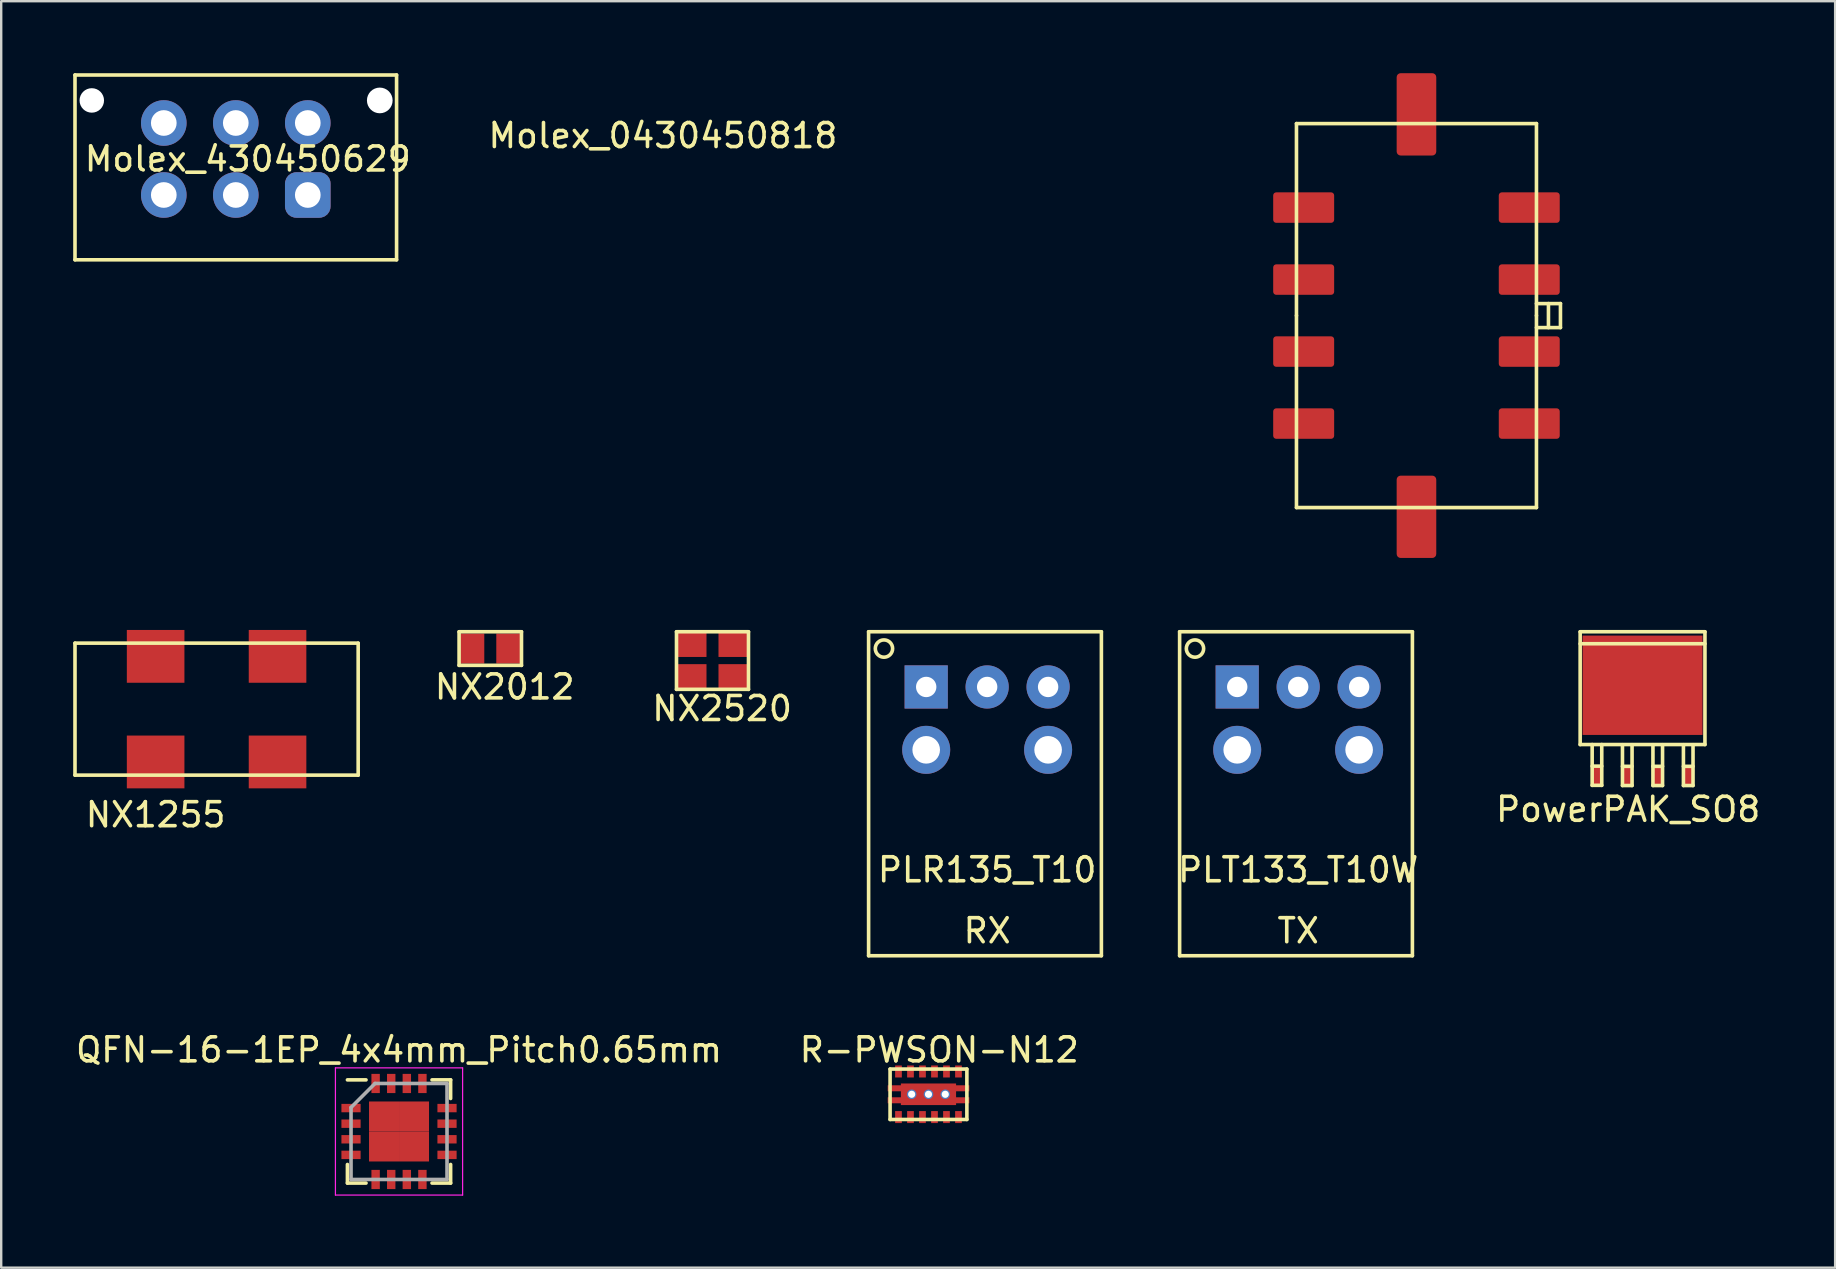
<source format=kicad_pcb>
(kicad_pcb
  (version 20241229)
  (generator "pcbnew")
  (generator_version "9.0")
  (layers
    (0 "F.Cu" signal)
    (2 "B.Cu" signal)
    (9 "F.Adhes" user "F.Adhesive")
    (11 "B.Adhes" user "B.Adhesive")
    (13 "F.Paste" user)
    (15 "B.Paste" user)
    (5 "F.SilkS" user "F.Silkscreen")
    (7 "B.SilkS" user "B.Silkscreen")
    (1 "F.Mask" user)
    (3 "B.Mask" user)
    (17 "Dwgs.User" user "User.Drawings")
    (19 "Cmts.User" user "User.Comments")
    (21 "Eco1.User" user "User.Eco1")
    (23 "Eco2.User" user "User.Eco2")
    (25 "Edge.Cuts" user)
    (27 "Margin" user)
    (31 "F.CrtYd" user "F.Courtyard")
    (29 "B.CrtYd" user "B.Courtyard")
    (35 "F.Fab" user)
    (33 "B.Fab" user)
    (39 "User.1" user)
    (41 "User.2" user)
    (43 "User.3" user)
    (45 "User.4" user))
  (footprint "PLR135_T10"
    (layer "F.Cu")
    (at 38.084 25.575)
    (property "Reference" "PLR135_T10" (at 0 7.62 0) (layer "F.SilkS") (effects (font (size 1 1) (thickness 0.15))))
    (attr smd)
    (fp_line (start -4.94 -2.3) (end -4.94 11.2) (stroke (width 0.15) (type solid)) (layer "F.SilkS"))
    (fp_line (start -4.94 -2.3) (end 4.76 -2.3) (stroke (width 0.15) (type solid)) (layer "F.SilkS"))
    (fp_line (start -4.94 11.2) (end 4.76 11.2) (stroke (width 0.15) (type solid)) (layer "F.SilkS"))
    (fp_line (start 4.76 -2.3) (end 4.76 11.2) (stroke (width 0.15) (type solid)) (layer "F.SilkS"))
    (fp_circle (center -4.3 -1.6) (end -4.1 -1.3) (stroke (width 0.15) (type solid)) (fill no) (layer "F.SilkS"))
    (fp_text user "RX" (at 0 10.16 0) (layer "F.SilkS") (effects (font (size 1 1) (thickness 0.15))))
    (pad "1" thru_hole rect (at -2.54 0) (size 1.8 1.8) (drill 0.85) (layers "*.Cu" "*.Mask"))
    (pad "2" thru_hole circle (at 0 0) (size 1.8 1.8) (drill 0.85) (layers "*.Cu" "*.Mask"))
    (pad "3" thru_hole circle (at 2.54 0) (size 1.8 1.8) (drill 0.85) (layers "*.Cu" "*.Mask"))
    (pad "4" thru_hole circle (at -2.54 2.62) (size 2 2) (drill 1.15) (layers "*.Cu" "*.Mask"))
    (pad "5" thru_hole circle (at 2.54 2.62) (size 2 2) (drill 1.15) (layers "*.Cu" "*.Mask")))
  (footprint "Molex_0430450818"
    (layer "F.Cu")
    (at 55.973 10.1)
    (property "Reference" "Molex_0430450818" (at -31.4 -7.5 0) (layer "F.SilkS") (effects (font (size 1 1) (thickness 0.15))))
    (attr through_hole)
    (fp_line (start -5 -8) (end -5 0) (stroke (width 0.15) (type solid)) (layer "F.SilkS"))
    (fp_line (start -5 0) (end -5 8) (stroke (width 0.15) (type solid)) (layer "F.SilkS"))
    (fp_line (start -5 8) (end 5 8) (stroke (width 0.15) (type solid)) (layer "F.SilkS"))
    (fp_line (start 5 -8) (end -5 -8) (stroke (width 0.15) (type solid)) (layer "F.SilkS"))
    (fp_line (start 5 -0.5) (end 6 -0.5) (stroke (width 0.15) (type solid)) (layer "F.SilkS"))
    (fp_line (start 5 0) (end 5 -8) (stroke (width 0.15) (type solid)) (layer "F.SilkS"))
    (fp_line (start 5 8) (end 5 0) (stroke (width 0.15) (type solid)) (layer "F.SilkS"))
    (fp_line (start 5.5 -0.5) (end 5.5 0.5) (stroke (width 0.15) (type solid)) (layer "F.SilkS"))
    (fp_line (start 6 -0.5) (end 6 0.5) (stroke (width 0.15) (type solid)) (layer "F.SilkS"))
    (fp_line (start 6 0.5) (end 5 0.5) (stroke (width 0.15) (type solid)) (layer "F.SilkS"))
    (pad "1" smd roundrect (at -4.7 4.5) (size 2.54 1.27) (layers "F.Cu" "F.Mask" "F.Paste") (roundrect_rratio 0.1))
    (pad "2" smd roundrect (at -4.7 1.5) (size 2.54 1.27) (layers "F.Cu" "F.Mask" "F.Paste") (roundrect_rratio 0.1))
    (pad "3" smd roundrect (at -4.7 -1.5) (size 2.54 1.27) (layers "F.Cu" "F.Mask" "F.Paste") (roundrect_rratio 0.1))
    (pad "4" smd roundrect (at -4.7 -4.5) (size 2.54 1.27) (layers "F.Cu" "F.Mask" "F.Paste") (roundrect_rratio 0.1))
    (pad "5" smd roundrect (at 4.7 4.5) (size 2.54 1.27) (layers "F.Cu" "F.Mask" "F.Paste") (roundrect_rratio 0.1))
    (pad "6" smd roundrect (at 4.7 1.5) (size 2.54 1.27) (layers "F.Cu" "F.Mask" "F.Paste") (roundrect_rratio 0.1))
    (pad "7" smd roundrect (at 4.7 -1.5) (size 2.54 1.27) (layers "F.Cu" "F.Mask" "F.Paste") (roundrect_rratio 0.1))
    (pad "8" smd roundrect (at 4.7 -4.5) (size 2.54 1.27) (layers "F.Cu" "F.Mask" "F.Paste") (roundrect_rratio 0.1))
    (pad "9" smd roundrect (at 0 -8.385 90) (size 3.43 1.65) (layers "F.Cu" "F.Mask" "F.Paste") (roundrect_rratio 0.1))
    (pad "10" smd roundrect (at 0 8.385 90) (size 3.43 1.65) (layers "F.Cu" "F.Mask" "F.Paste") (roundrect_rratio 0.1)))
  (footprint "Molex_430450629"
    (layer "F.Cu")
    (at 6.775 3.575)
    (property "Reference" "Molex_430450629" (at 0.5 0 0) (layer "F.SilkS") (effects (font (size 1 1) (thickness 0.15))))
    (attr through_hole)
    (fp_line (start -6.7 -3.5) (end 6.7 -3.5) (stroke (width 0.15) (type solid)) (layer "F.SilkS"))
    (fp_line (start -6.7 4.2) (end -6.7 -3.5) (stroke (width 0.15) (type solid)) (layer "F.SilkS"))
    (fp_line (start 6.7 -3.5) (end 6.7 4.2) (stroke (width 0.15) (type solid)) (layer "F.SilkS"))
    (fp_line (start 6.7 4.2) (end -6.7 4.2) (stroke (width 0.15) (type solid)) (layer "F.SilkS"))
    (pad "" np_thru_hole circle (at -6 -2.44) (size 1.02 1.02) (drill 1.02) (layers "*.Cu" "*.Mask"))
    (pad "" np_thru_hole circle (at 6 -2.44) (size 1.07 1.07) (drill 1.07) (layers "*.Cu" "*.Mask"))
    (pad "1" thru_hole roundrect (at 3 1.5) (size 1.9 1.9) (drill 1.07) (layers "*.Cu" "*.Mask") (roundrect_rratio 0.25))
    (pad "2" thru_hole circle (at 0 1.5) (size 1.9 1.9) (drill 1.07) (layers "*.Cu" "*.Mask"))
    (pad "3" thru_hole circle (at -3 1.5) (size 1.9 1.9) (drill 1.07) (layers "*.Cu" "*.Mask"))
    (pad "4" thru_hole circle (at 3 -1.5) (size 1.9 1.9) (drill 1.07) (layers "*.Cu" "*.Mask"))
    (pad "5" thru_hole circle (at 0 -1.5) (size 1.9 1.9) (drill 1.07) (layers "*.Cu" "*.Mask"))
    (pad "6" thru_hole circle (at -3 -1.5) (size 1.9 1.9) (drill 1.07) (layers "*.Cu" "*.Mask")))
  (footprint "QFN-16-1EP_4x4mm_Pitch0.65mm"
    (layer "F.Cu")
    (at 13.577 44.098)
    (property "Reference" "QFN-16-1EP_4x4mm_Pitch0.65mm" (at 0 -3.4 0) (layer "F.SilkS") (effects (font (size 1 1) (thickness 0.15))))
    (attr smd)
    (fp_line (start -2.15 -2.15) (end -1.375 -2.15) (stroke (width 0.15) (type solid)) (layer "F.SilkS"))
    (fp_line (start -2.15 2.15) (end -2.15 1.375) (stroke (width 0.15) (type solid)) (layer "F.SilkS"))
    (fp_line (start -2.15 2.15) (end -1.375 2.15) (stroke (width 0.15) (type solid)) (layer "F.SilkS"))
    (fp_line (start 2.15 -2.15) (end 1.375 -2.15) (stroke (width 0.15) (type solid)) (layer "F.SilkS"))
    (fp_line (start 2.15 -2.15) (end 2.15 -1.375) (stroke (width 0.15) (type solid)) (layer "F.SilkS"))
    (fp_line (start 2.15 2.15) (end 1.375 2.15) (stroke (width 0.15) (type solid)) (layer "F.SilkS"))
    (fp_line (start 2.15 2.15) (end 2.15 1.375) (stroke (width 0.15) (type solid)) (layer "F.SilkS"))
    (fp_line (start -2.65 -2.65) (end -2.65 2.65) (stroke (width 0.05) (type solid)) (layer "F.CrtYd"))
    (fp_line (start -2.65 -2.65) (end 2.65 -2.65) (stroke (width 0.05) (type solid)) (layer "F.CrtYd"))
    (fp_line (start -2.65 2.65) (end 2.65 2.65) (stroke (width 0.05) (type solid)) (layer "F.CrtYd"))
    (fp_line (start 2.65 -2.65) (end 2.65 2.65) (stroke (width 0.05) (type solid)) (layer "F.CrtYd"))
    (fp_line (start -2 -1) (end -1 -2) (stroke (width 0.15) (type solid)) (layer "F.Fab"))
    (fp_line (start -2 2) (end -2 -1) (stroke (width 0.15) (type solid)) (layer "F.Fab"))
    (fp_line (start -1 -2) (end 2 -2) (stroke (width 0.15) (type solid)) (layer "F.Fab"))
    (fp_line (start 2 -2) (end 2 2) (stroke (width 0.15) (type solid)) (layer "F.Fab"))
    (fp_line (start 2 2) (end -2 2) (stroke (width 0.15) (type solid)) (layer "F.Fab"))
    (pad "1" smd rect (at -2 -0.975) (size 0.8 0.35) (layers "F.Cu" "F.Mask" "F.Paste"))
    (pad "2" smd rect (at -2 -0.325) (size 0.8 0.35) (layers "F.Cu" "F.Mask" "F.Paste"))
    (pad "3" smd rect (at -2 0.325) (size 0.8 0.35) (layers "F.Cu" "F.Mask" "F.Paste"))
    (pad "4" smd rect (at -2 0.975) (size 0.8 0.35) (layers "F.Cu" "F.Mask" "F.Paste"))
    (pad "5" smd rect (at -0.975 2 90) (size 0.8 0.35) (layers "F.Cu" "F.Mask" "F.Paste"))
    (pad "6" smd rect (at -0.325 2 90) (size 0.8 0.35) (layers "F.Cu" "F.Mask" "F.Paste"))
    (pad "7" smd rect (at 0.325 2 90) (size 0.8 0.35) (layers "F.Cu" "F.Mask" "F.Paste"))
    (pad "8" smd rect (at 0.975 2 90) (size 0.8 0.35) (layers "F.Cu" "F.Mask" "F.Paste"))
    (pad "9" smd rect (at 2 0.975) (size 0.8 0.35) (layers "F.Cu" "F.Mask" "F.Paste"))
    (pad "10" smd rect (at 2 0.325) (size 0.8 0.35) (layers "F.Cu" "F.Mask" "F.Paste"))
    (pad "11" smd rect (at 2 -0.325) (size 0.8 0.35) (layers "F.Cu" "F.Mask" "F.Paste"))
    (pad "12" smd rect (at 2 -0.975) (size 0.8 0.35) (layers "F.Cu" "F.Mask" "F.Paste"))
    (pad "13" smd rect (at 0.975 -2 90) (size 0.8 0.35) (layers "F.Cu" "F.Mask" "F.Paste"))
    (pad "14" smd rect (at 0.325 -2 90) (size 0.8 0.35) (layers "F.Cu" "F.Mask" "F.Paste"))
    (pad "15" smd rect (at -0.325 -2 90) (size 0.8 0.35) (layers "F.Cu" "F.Mask" "F.Paste"))
    (pad "16" smd rect (at -0.975 -2 90) (size 0.8 0.35) (layers "F.Cu" "F.Mask" "F.Paste"))
    (pad "17" smd rect (at -0.625 -0.625) (size 1.25 1.25) (layers "F.Cu" "F.Mask" "F.Paste"))
    (pad "17" smd rect (at -0.625 0.625) (size 1.25 1.25) (layers "F.Cu" "F.Mask" "F.Paste"))
    (pad "17" smd rect (at 0.625 -0.625) (size 1.25 1.25) (layers "F.Cu" "F.Mask" "F.Paste"))
    (pad "17" smd rect (at 0.625 0.625) (size 1.25 1.25) (layers "F.Cu" "F.Mask" "F.Paste")))
  (footprint "NX1255"
    (layer "F.Cu")
    (at 5.975 26.5)
    (property "Reference" "NX1255" (at -2.54 4.4 0) (layer "F.SilkS") (effects (font (size 1 1) (thickness 0.15))))
    (attr through_hole)
    (fp_line (start -5.9 -2.75) (end -5.9 2.75) (stroke (width 0.15) (type solid)) (layer "F.SilkS"))
    (fp_line (start -5.9 2.75) (end 5.9 2.75) (stroke (width 0.15) (type solid)) (layer "F.SilkS"))
    (fp_line (start 5.9 -2.75) (end -5.9 -2.75) (stroke (width 0.15) (type solid)) (layer "F.SilkS"))
    (fp_line (start 5.9 2.75) (end 5.9 -2.75) (stroke (width 0.15) (type solid)) (layer "F.SilkS"))
    (pad "1" smd rect (at -2.54 2.2) (size 2.4 2.2) (layers "F.Cu" "F.Mask" "F.Paste"))
    (pad "2" smd rect (at 2.54 2.2) (size 2.4 2.2) (layers "F.Cu" "F.Mask" "F.Paste"))
    (pad "3" smd rect (at 2.54 -2.2) (size 2.4 2.2) (layers "F.Cu" "F.Mask" "F.Paste"))
    (pad "4" smd rect (at -2.54 -2.2) (size 2.4 2.2) (layers "F.Cu" "F.Mask" "F.Paste")))
  (footprint "NX2520"
    (layer "F.Cu")
    (at 26.639 24.475)
    (property "Reference" "NX2520" (at 0.4 2 0) (layer "F.SilkS") (effects (font (size 1 1) (thickness 0.15))))
    (attr through_hole)
    (fp_line (start -1.5 -1.2) (end 1.5 -1.2) (stroke (width 0.15) (type solid)) (layer "F.SilkS"))
    (fp_line (start -1.5 1.2) (end -1.5 -1.2) (stroke (width 0.15) (type solid)) (layer "F.SilkS"))
    (fp_line (start 1.5 -1.2) (end 1.5 1.2) (stroke (width 0.15) (type solid)) (layer "F.SilkS"))
    (fp_line (start 1.5 1.2) (end -1.5 1.2) (stroke (width 0.15) (type solid)) (layer "F.SilkS"))
    (pad "1" smd rect (at -0.85 0.65) (size 1.2 1) (layers "F.Cu" "F.Mask" "F.Paste"))
    (pad "2" smd rect (at 0.85 0.65) (size 1.2 1) (layers "F.Cu" "F.Mask" "F.Paste"))
    (pad "3" smd rect (at 0.85 -0.65) (size 1.2 1) (layers "F.Cu" "F.Mask" "F.Paste"))
    (pad "4" smd rect (at -0.85 -0.65) (size 1.2 1) (layers "F.Cu" "F.Mask" "F.Paste")))
  (footprint "PowerPAK_SO8"
    (layer "F.Cu")
    (at 65.394 29.275)
    (property "Reference" "PowerPAK_SO8" (at -0.6 1.4 0) (layer "F.SilkS") (effects (font (size 1 1) (thickness 0.15))))
    (attr through_hole)
    (fp_line (start -2.6 -6) (end 2.6 -6) (stroke (width 0.15) (type solid)) (layer "F.SilkS"))
    (fp_line (start -2.6 -5.5) (end 2.6 -5.5) (stroke (width 0.15) (type solid)) (layer "F.SilkS"))
    (fp_line (start -2.6 -1.3) (end -2.6 -6) (stroke (width 0.15) (type solid)) (layer "F.SilkS"))
    (fp_line (start -2.1 -1.3) (end -2.1 0.4) (stroke (width 0.15) (type solid)) (layer "F.SilkS"))
    (fp_line (start -2.1 -0.4) (end -1.7 -0.4) (stroke (width 0.15) (type solid)) (layer "F.SilkS"))
    (fp_line (start -2.1 0.4) (end -1.7 0.4) (stroke (width 0.15) (type solid)) (layer "F.SilkS"))
    (fp_line (start -1.7 0.4) (end -1.7 -1.3) (stroke (width 0.15) (type solid)) (layer "F.SilkS"))
    (fp_line (start -0.837 -1.293) (end -0.837 0.407) (stroke (width 0.15) (type solid)) (layer "F.SilkS"))
    (fp_line (start -0.837 -0.393) (end -0.437 -0.393) (stroke (width 0.15) (type solid)) (layer "F.SilkS"))
    (fp_line (start -0.837 0.407) (end -0.437 0.407) (stroke (width 0.15) (type solid)) (layer "F.SilkS"))
    (fp_line (start -0.437 0.407) (end -0.437 -1.293) (stroke (width 0.15) (type solid)) (layer "F.SilkS"))
    (fp_line (start 0.433 -1.293) (end 0.433 0.407) (stroke (width 0.15) (type solid)) (layer "F.SilkS"))
    (fp_line (start 0.433 -0.393) (end 0.833 -0.393) (stroke (width 0.15) (type solid)) (layer "F.SilkS"))
    (fp_line (start 0.433 0.407) (end 0.833 0.407) (stroke (width 0.15) (type solid)) (layer "F.SilkS"))
    (fp_line (start 0.833 0.407) (end 0.833 -1.293) (stroke (width 0.15) (type solid)) (layer "F.SilkS"))
    (fp_line (start 1.703 -1.293) (end 1.703 0.407) (stroke (width 0.15) (type solid)) (layer "F.SilkS"))
    (fp_line (start 1.703 -0.393) (end 2.103 -0.393) (stroke (width 0.15) (type solid)) (layer "F.SilkS"))
    (fp_line (start 1.703 0.407) (end 2.103 0.407) (stroke (width 0.15) (type solid)) (layer "F.SilkS"))
    (fp_line (start 2.103 0.407) (end 2.103 -1.293) (stroke (width 0.15) (type solid)) (layer "F.SilkS"))
    (fp_line (start 2.6 -6) (end 2.6 -1.3) (stroke (width 0.15) (type solid)) (layer "F.SilkS"))
    (fp_line (start 2.6 -1.3) (end -2.6 -1.3) (stroke (width 0.15) (type solid)) (layer "F.SilkS"))
    (pad "1" smd rect (at -1.905 0) (size 0.41 0.82) (layers "F.Cu" "F.Mask" "F.Paste"))
    (pad "2" smd rect (at -0.635 0) (size 0.41 0.82) (layers "F.Cu" "F.Mask" "F.Paste"))
    (pad "3" smd rect (at 0.635 0) (size 0.41 0.82) (layers "F.Cu" "F.Mask" "F.Paste"))
    (pad "4" smd rect (at 1.905 0) (size 0.41 0.82) (layers "F.Cu" "F.Mask" "F.Paste"))
    (pad "5" smd rect (at 0 -3.771 90) (size 4.14 5) (layers "F.Cu" "F.Mask" "F.Paste")))
  (footprint "R-PWSON-N12"
    (layer "F.Cu")
    (at 35.639 42.548)
    (property "Reference" "R-PWSON-N12" (at 0.45 -1.85 0) (layer "F.SilkS") (effects (font (size 1 1) (thickness 0.15))))
    (attr through_hole)
    (fp_line (start -1.6 -1.05) (end 1.6 -1.05) (stroke (width 0.15) (type solid)) (layer "F.SilkS"))
    (fp_line (start -1.6 1.05) (end -1.6 -1.05) (stroke (width 0.15) (type solid)) (layer "F.SilkS"))
    (fp_line (start 1.6 -1.05) (end 1.6 1.05) (stroke (width 0.15) (type solid)) (layer "F.SilkS"))
    (fp_line (start 1.6 1.05) (end -1.6 1.05) (stroke (width 0.15) (type solid)) (layer "F.SilkS"))
    (pad "1" smd rect (at -1.25 0.95) (size 0.28 0.5) (layers "F.Cu" "F.Mask" "F.Paste"))
    (pad "2" smd rect (at -0.75 0.95) (size 0.28 0.5) (layers "F.Cu" "F.Mask" "F.Paste"))
    (pad "3" smd rect (at -0.25 0.95) (size 0.28 0.5) (layers "F.Cu" "F.Mask" "F.Paste"))
    (pad "4" smd rect (at 0.25 0.95) (size 0.28 0.5) (layers "F.Cu" "F.Mask" "F.Paste"))
    (pad "5" smd rect (at 0.75 0.95) (size 0.28 0.5) (layers "F.Cu" "F.Mask" "F.Paste"))
    (pad "6" smd rect (at 1.25 0.95) (size 0.28 0.5) (layers "F.Cu" "F.Mask" "F.Paste"))
    (pad "7" smd rect (at 1.25 -0.95) (size 0.28 0.5) (layers "F.Cu" "F.Mask" "F.Paste"))
    (pad "8" smd rect (at 0.75 -0.95) (size 0.28 0.5) (layers "F.Cu" "F.Mask" "F.Paste"))
    (pad "9" smd rect (at 0.25 -0.95) (size 0.28 0.5) (layers "F.Cu" "F.Mask" "F.Paste"))
    (pad "10" smd rect (at -0.25 -0.95) (size 0.28 0.5) (layers "F.Cu" "F.Mask" "F.Paste"))
    (pad "11" smd rect (at -0.75 -0.95) (size 0.28 0.5) (layers "F.Cu" "F.Mask" "F.Paste"))
    (pad "12" smd rect (at -1.25 -0.95) (size 0.28 0.5) (layers "F.Cu" "F.Mask" "F.Paste"))
    (pad "13" smd rect (at -1.4 -0.25) (size 0.6 0.25) (layers "F.Cu" "F.Mask" "F.Paste"))
    (pad "13" smd rect (at -1.4 0.25) (size 0.6 0.25) (layers "F.Cu" "F.Mask" "F.Paste"))
    (pad "13" thru_hole circle (at -0.7 0) (size 0.4 0.4) (drill 0.3) (layers "*.Cu"))
    (pad "13" thru_hole circle (at 0 0) (size 0.4 0.4) (drill 0.3) (layers "*.Cu"))
    (pad "13" smd rect (at 0 0) (size 2.3 0.9) (layers "F.Cu" "F.Mask" "F.Paste"))
    (pad "13" thru_hole circle (at 0.7 0) (size 0.4 0.4) (drill 0.3) (layers "*.Cu"))
    (pad "13" smd rect (at 1.4 -0.25) (size 0.6 0.25) (layers "F.Cu" "F.Mask" "F.Paste"))
    (pad "13" smd rect (at 1.4 0.25) (size 0.6 0.25) (layers "F.Cu" "F.Mask" "F.Paste")))
  (footprint "NX2012"
    (layer "F.Cu")
    (at 17.38 23.975)
    (property "Reference" "NX2012" (at 0.6 1.6 0) (layer "F.SilkS") (effects (font (size 1 1) (thickness 0.15))))
    (attr through_hole)
    (fp_line (start -1.3 -0.7) (end 1.3 -0.7) (stroke (width 0.15) (type solid)) (layer "F.SilkS"))
    (fp_line (start -1.3 0.7) (end -1.3 -0.7) (stroke (width 0.15) (type solid)) (layer "F.SilkS"))
    (fp_line (start 1.3 -0.7) (end 1.3 0.7) (stroke (width 0.15) (type solid)) (layer "F.SilkS"))
    (fp_line (start 1.3 0.7) (end -1.3 0.7) (stroke (width 0.15) (type solid)) (layer "F.SilkS"))
    (pad "1" smd rect (at -0.75 0) (size 1 1.25) (layers "F.Cu" "F.Mask" "F.Paste"))
    (pad "3" smd rect (at 0.75 0) (size 1 1.25) (layers "F.Cu" "F.Mask" "F.Paste")))
  (footprint "PLT133_T10W"
    (layer "F.Cu")
    (at 51.044 25.575)
    (property "Reference" "PLT133_T10W" (at 0 7.62 0) (layer "F.SilkS") (effects (font (size 1 1) (thickness 0.15))))
    (attr through_hole)
    (fp_line (start -4.94 -2.3) (end -4.94 11.2) (stroke (width 0.15) (type solid)) (layer "F.SilkS"))
    (fp_line (start -4.94 -2.3) (end 4.76 -2.3) (stroke (width 0.15) (type solid)) (layer "F.SilkS"))
    (fp_line (start -4.94 11.2) (end 4.76 11.2) (stroke (width 0.15) (type solid)) (layer "F.SilkS"))
    (fp_line (start 4.76 -2.3) (end 4.76 11.2) (stroke (width 0.15) (type solid)) (layer "F.SilkS"))
    (fp_circle (center -4.3 -1.6) (end -4.1 -1.3) (stroke (width 0.15) (type solid)) (fill no) (layer "F.SilkS"))
    (fp_text user "TX" (at 0 10.16 0) (layer "F.SilkS") (effects (font (size 1 1) (thickness 0.15))))
    (pad "1" thru_hole rect (at -2.54 0) (size 1.8 1.8) (drill 0.85) (layers "*.Cu" "*.Mask"))
    (pad "2" thru_hole circle (at 0 0) (size 1.8 1.8) (drill 0.85) (layers "*.Cu" "*.Mask"))
    (pad "3" thru_hole circle (at 2.54 0) (size 1.8 1.8) (drill 0.85) (layers "*.Cu" "*.Mask"))
    (pad "4" thru_hole circle (at -2.54 2.62) (size 2 2) (drill 1.15) (layers "*.Cu" "*.Mask"))
    (pad "5" thru_hole circle (at 2.54 2.62) (size 2 2) (drill 1.15) (layers "*.Cu" "*.Mask")))
  (gr_rect
    (start -3 -3)
    (end 73.419 49.773)
    (stroke (width 0.1) (type default))
    (fill no)
    (layer "Edge.Cuts")))
</source>
